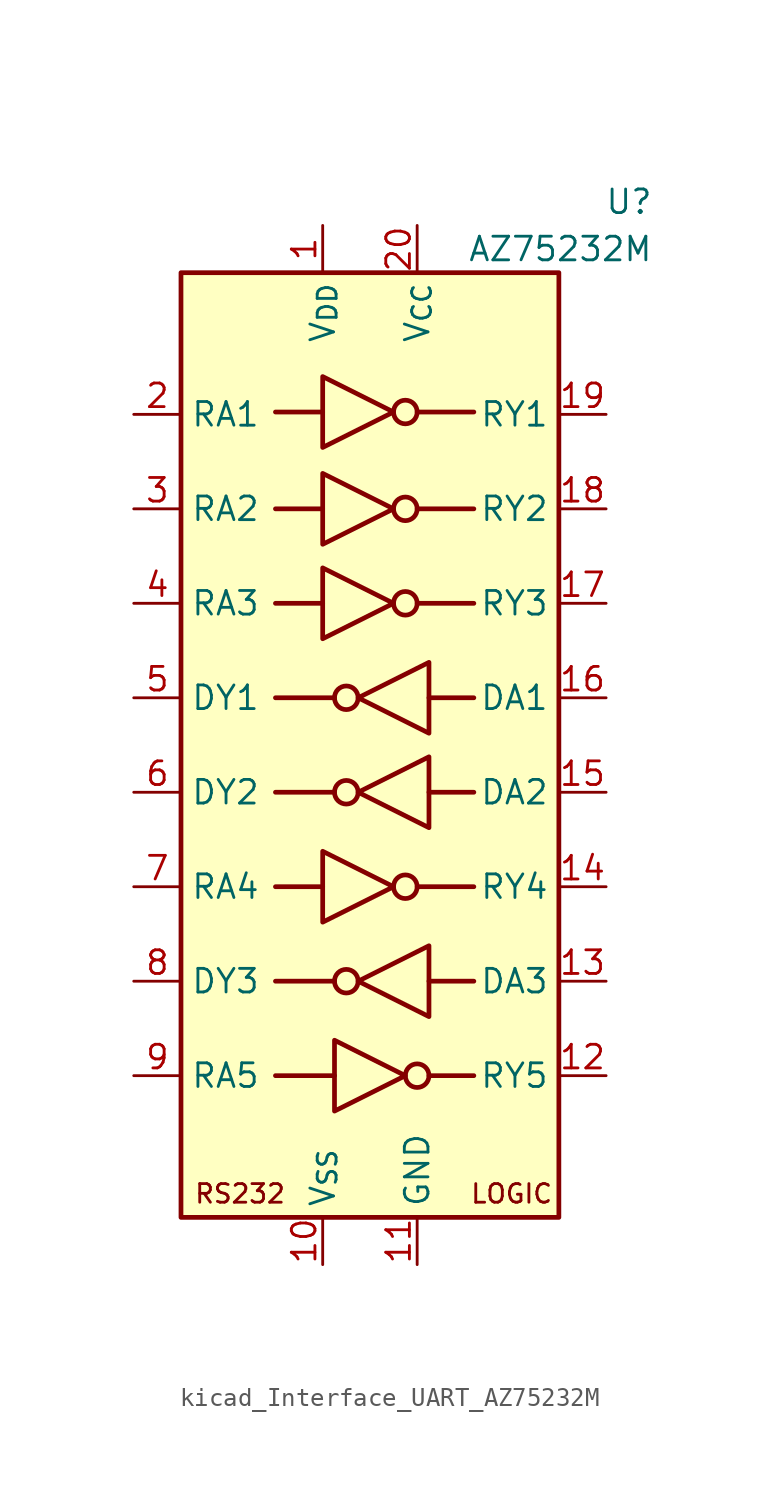
<source format=kicad_sym>
(kicad_symbol_lib
  (version 20220914)
  (generator kicad_symbol_editor)
  (symbol "kicad_Interface_UART_AZ75232M"
    (property "Reference" "U"
      (at 15.24 29.21 0)
      (effects (font (size 1.27 1.27)) (justify right)))
    (property "Value" "AZ75232M"
      (at 15.24 26.67 0)
      (effects (font (size 1.27 1.27)) (justify right)))
    (symbol "kicad_Interface_UART_AZ75232M_0_0"
      (text "LOGIC" (at 7.62 -24.13 0) (effects (font (size 1 1))))
      (text "RS232" (at -6.985 -24.13 0) (effects (font (size 1 1))))
      (pin output line (at 12.7 7.62 180) (length 2.54) (name "RY3" (effects (font (size 1.27 1.27)))) (number "17" (effects (font (size 1.27 1.27)))))
      (pin output line (at 12.7 12.7 180) (length 2.54) (name "RY2" (effects (font (size 1.27 1.27)))) (number "18" (effects (font (size 1.27 1.27)))))
      (pin output line (at 12.7 17.78 180) (length 2.54) (name "RY1" (effects (font (size 1.27 1.27)))) (number "19" (effects (font (size 1.27 1.27)))))
      (pin power_in line (at 2.54 27.94 270) (length 2.54) (name "V_{CC}" (effects (font (size 1.27 1.27)))) (number "20" (effects (font (size 1.27 1.27))))))
    (symbol "kicad_Interface_UART_AZ75232M_0_1"
      (rectangle (start -10.16 25.4) (end 10.16 -25.4) (stroke (width 0.254) (type default)) (fill (type background)))
      (circle (center -1.27 -12.7) (radius 0.635) (stroke (width 0.254) (type default)) (fill (type none)))
      (circle (center -1.27 -2.54) (radius 0.635) (stroke (width 0.254) (type default)) (fill (type none)))
      (circle (center -1.27 2.54) (radius 0.635) (stroke (width 0.254) (type default)) (fill (type none)))
      (polyline (pts (xy -5.08 -17.78) (xy -1.905 -17.78)) (stroke (width 0.254) (type default)) (fill (type none)))
      (polyline (pts (xy -2.54 -7.62) (xy -5.08 -7.62)) (stroke (width 0.254) (type default)) (fill (type none)))
      (polyline (pts (xy -2.54 7.62) (xy -5.08 7.62)) (stroke (width 0.254) (type default)) (fill (type none)))
      (polyline (pts (xy -2.54 12.7) (xy -5.08 12.7)) (stroke (width 0.254) (type default)) (fill (type none)))
      (polyline (pts (xy -2.54 17.907) (xy -5.08 17.907)) (stroke (width 0.254) (type default)) (fill (type none)))
      (polyline (pts (xy -1.905 -12.7) (xy -5.08 -12.7)) (stroke (width 0.254) (type default)) (fill (type none)))
      (polyline (pts (xy -1.905 -2.54) (xy -5.08 -2.54)) (stroke (width 0.254) (type default)) (fill (type none)))
      (polyline (pts (xy -1.905 2.54) (xy -5.08 2.54)) (stroke (width 0.254) (type default)) (fill (type none)))
      (polyline (pts (xy 2.54 -7.62) (xy 5.588 -7.62)) (stroke (width 0.254) (type default)) (fill (type none)))
      (polyline (pts (xy 2.54 7.62) (xy 5.588 7.62)) (stroke (width 0.254) (type default)) (fill (type none)))
      (polyline (pts (xy 2.54 12.7) (xy 5.588 12.7)) (stroke (width 0.254) (type default)) (fill (type none)))
      (polyline (pts (xy 2.54 17.907) (xy 5.588 17.907)) (stroke (width 0.254) (type default)) (fill (type none)))
      (polyline (pts (xy 3.175 -17.78) (xy 5.588 -17.78)) (stroke (width 0.254) (type default)) (fill (type none)))
      (polyline (pts (xy 3.175 -12.7) (xy 5.588 -12.7)) (stroke (width 0.254) (type default)) (fill (type none)))
      (polyline (pts (xy 3.175 -2.54) (xy 5.588 -2.54)) (stroke (width 0.254) (type default)) (fill (type none)))
      (polyline (pts (xy 3.175 2.54) (xy 5.588 2.54)) (stroke (width 0.254) (type default)) (fill (type none)))
      (polyline (pts (xy -2.54 -5.715) (xy -2.54 -9.525) (xy 1.27 -7.62) (xy -2.54 -5.715)) (stroke (width 0.254) (type default)) (fill (type none)))
      (polyline (pts (xy -2.54 9.525) (xy -2.54 5.715) (xy 1.27 7.62) (xy -2.54 9.525)) (stroke (width 0.254) (type default)) (fill (type none)))
      (polyline (pts (xy -2.54 14.605) (xy -2.54 10.795) (xy 1.27 12.7) (xy -2.54 14.605)) (stroke (width 0.254) (type default)) (fill (type none)))
      (polyline (pts (xy -2.54 19.812) (xy -2.54 16.002) (xy 1.27 17.907) (xy -2.54 19.812)) (stroke (width 0.254) (type default)) (fill (type none)))
      (polyline (pts (xy -1.905 -15.875) (xy -1.905 -19.685) (xy 1.905 -17.78) (xy -1.905 -15.875)) (stroke (width 0.254) (type default)) (fill (type none)))
      (polyline (pts (xy 3.175 -10.795) (xy 3.175 -14.605) (xy -0.635 -12.7) (xy 3.175 -10.795)) (stroke (width 0.254) (type default)) (fill (type none)))
      (polyline (pts (xy 3.175 -0.635) (xy 3.175 -4.445) (xy -0.635 -2.54) (xy 3.175 -0.635)) (stroke (width 0.254) (type default)) (fill (type none)))
      (polyline (pts (xy 3.175 4.445) (xy 3.175 0.635) (xy -0.635 2.54) (xy 3.175 4.445)) (stroke (width 0.254) (type default)) (fill (type none)))
      (circle (center 1.905 -7.62) (radius 0.635) (stroke (width 0.254) (type default)) (fill (type none)))
      (circle (center 1.905 7.62) (radius 0.635) (stroke (width 0.254) (type default)) (fill (type none)))
      (circle (center 1.905 12.7) (radius 0.635) (stroke (width 0.254) (type default)) (fill (type none)))
      (circle (center 1.905 17.907) (radius 0.635) (stroke (width 0.254) (type default)) (fill (type none)))
      (circle (center 2.54 -17.78) (radius 0.635) (stroke (width 0.254) (type default)) (fill (type none))))
    (symbol "kicad_Interface_UART_AZ75232M_1_1"
      (pin power_in line (at -2.54 27.94 270) (length 2.54) (name "V_{DD}" (effects (font (size 1.27 1.27)))) (number "1" (effects (font (size 1.27 1.27)))))
      (pin power_in line (at -2.54 -27.94 90) (length 2.54) (name "V_{SS}" (effects (font (size 1.27 1.27)))) (number "10" (effects (font (size 1.27 1.27)))))
      (pin power_in line (at 2.54 -27.94 90) (length 2.54) (name "GND" (effects (font (size 1.27 1.27)))) (number "11" (effects (font (size 1.27 1.27)))))
      (pin output line (at 12.7 -17.78 180) (length 2.54) (name "RY5" (effects (font (size 1.27 1.27)))) (number "12" (effects (font (size 1.27 1.27)))))
      (pin input line (at 12.7 -12.7 180) (length 2.54) (name "DA3" (effects (font (size 1.27 1.27)))) (number "13" (effects (font (size 1.27 1.27)))))
      (pin output line (at 12.7 -7.62 180) (length 2.54) (name "RY4" (effects (font (size 1.27 1.27)))) (number "14" (effects (font (size 1.27 1.27)))))
      (pin input line (at 12.7 -2.54 180) (length 2.54) (name "DA2" (effects (font (size 1.27 1.27)))) (number "15" (effects (font (size 1.27 1.27)))))
      (pin input line (at 12.7 2.54 180) (length 2.54) (name "DA1" (effects (font (size 1.27 1.27)))) (number "16" (effects (font (size 1.27 1.27)))))
      (pin input line (at -12.7 17.78 0) (length 2.54) (name "RA1" (effects (font (size 1.27 1.27)))) (number "2" (effects (font (size 1.27 1.27)))))
      (pin input line (at -12.7 12.7 0) (length 2.54) (name "RA2" (effects (font (size 1.27 1.27)))) (number "3" (effects (font (size 1.27 1.27)))))
      (pin input line (at -12.7 7.62 0) (length 2.54) (name "RA3" (effects (font (size 1.27 1.27)))) (number "4" (effects (font (size 1.27 1.27)))))
      (pin output line (at -12.7 2.54 0) (length 2.54) (name "DY1" (effects (font (size 1.27 1.27)))) (number "5" (effects (font (size 1.27 1.27)))))
      (pin output line (at -12.7 -2.54 0) (length 2.54) (name "DY2" (effects (font (size 1.27 1.27)))) (number "6" (effects (font (size 1.27 1.27)))))
      (pin input line (at -12.7 -7.62 0) (length 2.54) (name "RA4" (effects (font (size 1.27 1.27)))) (number "7" (effects (font (size 1.27 1.27)))))
      (pin output line (at -12.7 -12.7 0) (length 2.54) (name "DY3" (effects (font (size 1.27 1.27)))) (number "8" (effects (font (size 1.27 1.27)))))
      (pin input line (at -12.7 -17.78 0) (length 2.54) (name "RA5" (effects (font (size 1.27 1.27)))) (number "9" (effects (font (size 1.27 1.27))))))))
</source>
